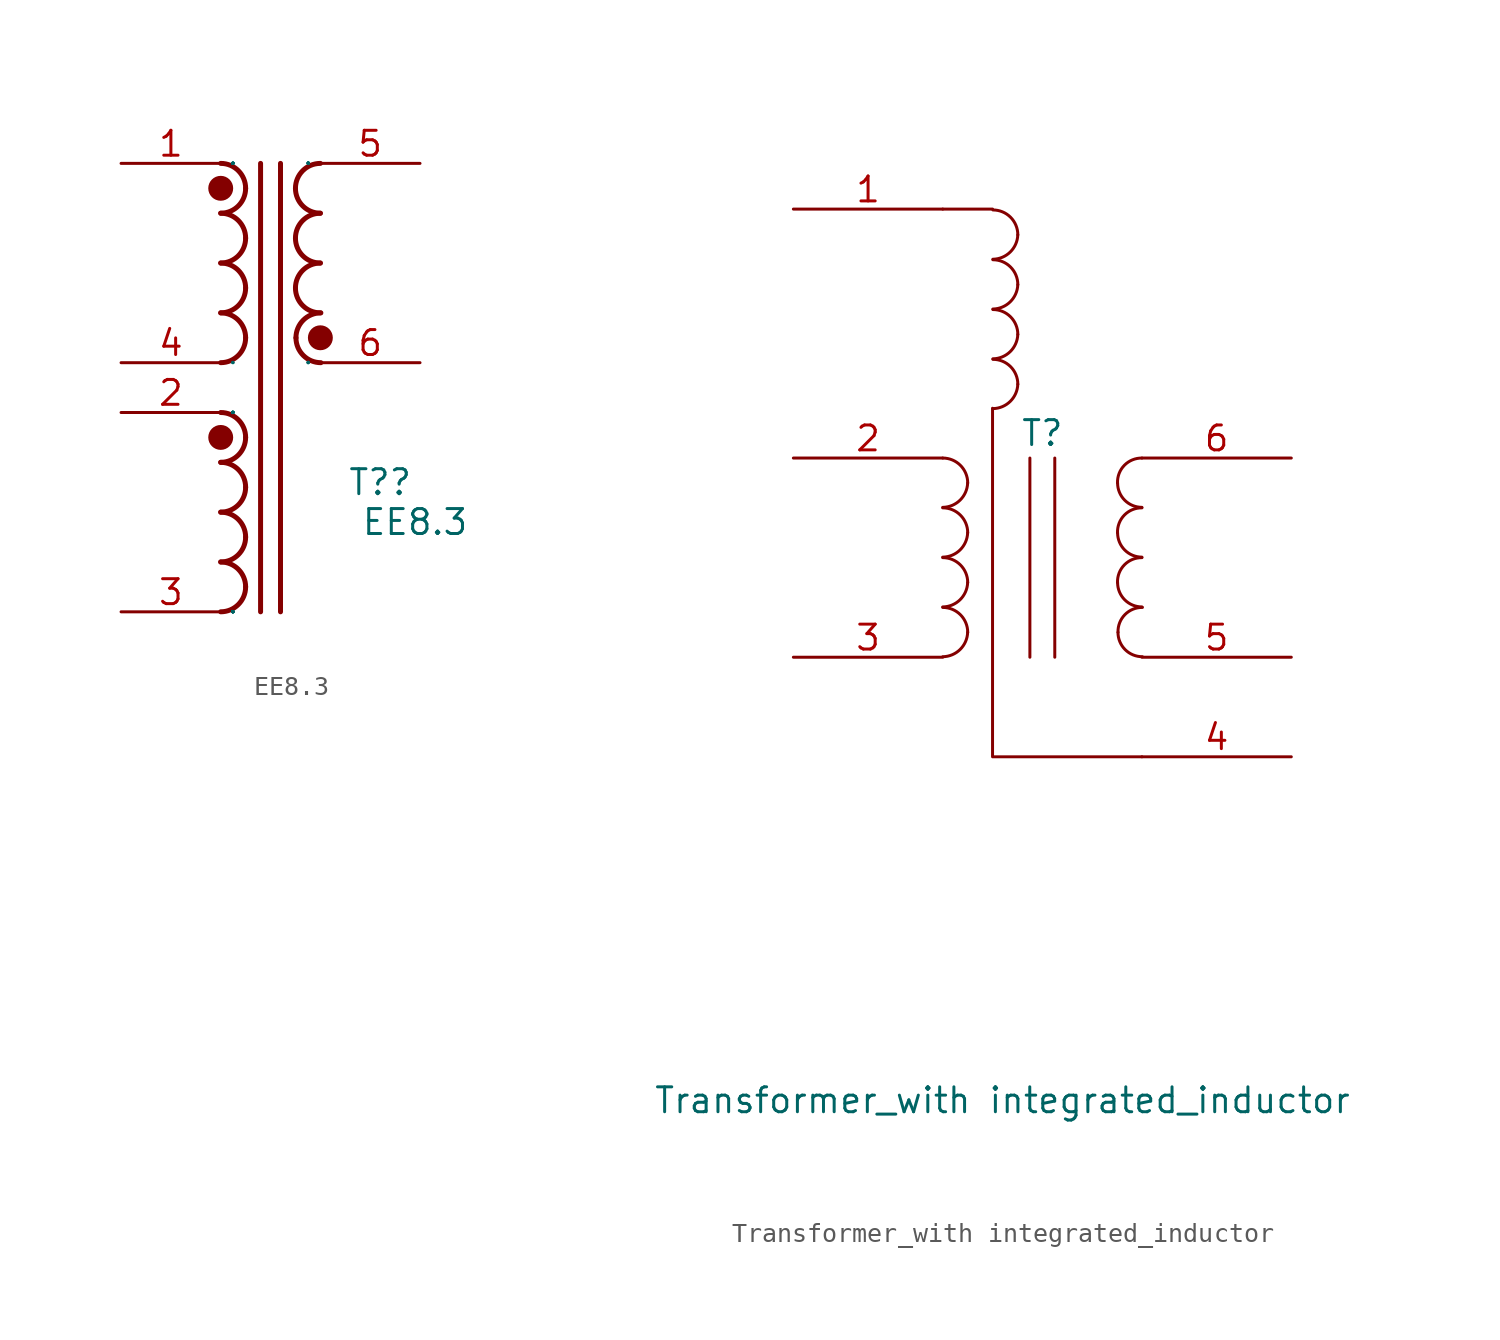
<source format=kicad_sym>
(kicad_symbol_lib
  (version 20241209)
  (generator "kicad_symbol_editor")
  (generator_version "9.0")
  (symbol "EE8.3"
    (property "Reference" "T?"
      (at 5.588 -3.556 0)
      (effects (font (size 1.27 1.27))))
    (property "Value" "EE8.3"
      (at 7.366 -5.588 0)
      (effects (font (size 1.27 1.27))))
    (symbol "EE8.3_0_0"
      (arc (start -1.27 11.43) (mid -1.642 10.532) (end -2.54 10.16) (stroke (width 0.254) (type solid)) (fill (type none)))
      (arc (start -2.54 12.7) (mid -1.642 12.328) (end -1.27 11.43) (stroke (width 0.254) (type solid)) (fill (type none)))
      (arc (start -1.27 8.89) (mid -1.642 7.992) (end -2.54 7.62) (stroke (width 0.254) (type solid)) (fill (type none)))
      (arc (start -2.54 10.16) (mid -1.642 9.788) (end -1.27 8.89) (stroke (width 0.254) (type solid)) (fill (type none)))
      (arc (start -1.27 6.35) (mid -1.642 5.452) (end -2.54 5.08) (stroke (width 0.254) (type solid)) (fill (type none)))
      (arc (start -2.54 7.62) (mid -1.642 7.248) (end -1.27 6.35) (stroke (width 0.254) (type solid)) (fill (type none)))
      (arc (start -1.27 3.81) (mid -1.642 2.912) (end -2.54 2.54) (stroke (width 0.254) (type solid)) (fill (type none)))
      (arc (start -2.54 5.08) (mid -1.642 4.708) (end -1.27 3.81) (stroke (width 0.254) (type solid)) (fill (type none)))
      (arc (start -1.27 -1.27) (mid -1.642 -2.168) (end -2.54 -2.54) (stroke (width 0.254) (type solid)) (fill (type none)))
      (arc (start -2.54 0) (mid -1.642 -0.372) (end -1.27 -1.27) (stroke (width 0.254) (type solid)) (fill (type none)))
      (arc (start -1.27 -3.81) (mid -1.642 -4.708) (end -2.54 -5.08) (stroke (width 0.254) (type solid)) (fill (type none)))
      (arc (start -2.54 -2.54) (mid -1.642 -2.912) (end -1.27 -3.81) (stroke (width 0.254) (type solid)) (fill (type none)))
      (arc (start -1.27 -6.35) (mid -1.642 -7.248) (end -2.54 -7.62) (stroke (width 0.254) (type solid)) (fill (type none)))
      (arc (start -2.54 -5.08) (mid -1.642 -5.452) (end -1.27 -6.35) (stroke (width 0.254) (type solid)) (fill (type none)))
      (arc (start -1.27 -8.89) (mid -1.642 -9.788) (end -2.54 -10.16) (stroke (width 0.254) (type solid)) (fill (type none)))
      (arc (start -2.54 -7.62) (mid -1.642 -7.992) (end -1.27 -8.89) (stroke (width 0.254) (type solid)) (fill (type none)))
      (circle (center -2.54 11.43) (radius 0.508) (stroke (width 0.254) (type solid)) (fill (type outline)))
      (circle (center -2.54 -1.27) (radius 0.508) (stroke (width 0.254) (type solid)) (fill (type outline)))
      (polyline (pts (xy -0.508 12.7) (xy -0.508 -10.16)) (stroke (width 0.254) (type solid)) (fill (type none)))
      (polyline (pts (xy 0.508 -10.16) (xy 0.508 12.7)) (stroke (width 0.254) (type solid)) (fill (type none)))
      (arc (start 1.27 11.43) (mid 1.642 12.328) (end 2.54 12.7) (stroke (width 0.254) (type solid)) (fill (type none)))
      (arc (start 2.54 10.16) (mid 1.642 10.532) (end 1.27 11.43) (stroke (width 0.254) (type solid)) (fill (type none)))
      (arc (start 1.27 8.89) (mid 1.642 9.788) (end 2.54 10.16) (stroke (width 0.254) (type solid)) (fill (type none)))
      (arc (start 2.54 7.62) (mid 1.642 7.992) (end 1.27 8.89) (stroke (width 0.254) (type solid)) (fill (type none)))
      (arc (start 1.27 6.35) (mid 1.642 7.248) (end 2.54 7.62) (stroke (width 0.254) (type solid)) (fill (type none)))
      (arc (start 2.54 5.08) (mid 1.642 5.452) (end 1.27 6.35) (stroke (width 0.254) (type solid)) (fill (type none)))
      (circle (center 2.54 3.81) (radius 0.508) (stroke (width 0.254) (type solid)) (fill (type outline)))
      (arc (start 1.2954 3.81) (mid 1.6674 4.7079) (end 2.5654 5.08) (stroke (width 0.254) (type solid)) (fill (type none)))
      (arc (start 2.5654 2.54) (mid 1.6674 2.912) (end 1.2954 3.81) (stroke (width 0.254) (type solid)) (fill (type none)))
      (pin unspecified line (at -7.62 2.54 0) (length 5.08) (name "4" (effects (font (size 0.025 0.025)))) (number "4" (effects (font (size 1.27 1.27))))))
    (symbol "EE8.3_1_0"
      (pin unspecified line (at -7.62 12.7 0) (length 5.08) (name "3" (effects (font (size 0.025 0.025)))) (number "1" (effects (font (size 1.27 1.27)))))
      (pin unspecified line (at -7.62 0 0) (length 5.08) (name "5" (effects (font (size 0.025 0.025)))) (number "2" (effects (font (size 1.27 1.27)))))
      (pin unspecified line (at -7.62 -10.16 0) (length 5.08) (name "6" (effects (font (size 0.025 0.025)))) (number "3" (effects (font (size 1.27 1.27)))))
      (pin unspecified line (at 7.62 12.7 180) (length 5.08) (name "2" (effects (font (size 0.025 0.025)))) (number "5" (effects (font (size 1.27 1.27)))))
      (pin unspecified line (at 7.62 2.54 180) (length 5.08) (name "1" (effects (font (size 0.025 0.025)))) (number "6" (effects (font (size 1.27 1.27)))))))
  (symbol "Transformer_with integrated_inductor"
    (pin_names
      (offset 1.016)
      (hide yes))
    (property "Reference" "T"
      (at 2.54 6.35 0)
      (effects (font (size 1.27 1.27))))
    (property "Value" "Transformer_with integrated_inductor"
      (at 0.508 -27.686 0)
      (effects (font (size 1.27 1.27))))
    (symbol "Transformer_with integrated_inductor_0_1"
      (arc (start -1.27 3.81) (mid -1.656 2.9336) (end -2.54 2.5654) (stroke (width 0) (type default)) (fill (type none)))
      (arc (start -1.27 1.27) (mid -1.656 0.3936) (end -2.54 0.0254) (stroke (width 0) (type default)) (fill (type none)))
      (arc (start -1.27 -1.27) (mid -1.656 -2.1464) (end -2.54 -2.5146) (stroke (width 0) (type default)) (fill (type none)))
      (arc (start -1.27 -3.81) (mid -1.656 -4.6864) (end -2.54 -5.0546) (stroke (width 0) (type default)) (fill (type none)))
      (arc (start -2.54 5.08) (mid -1.642 4.708) (end -1.27 3.81) (stroke (width 0) (type default)) (fill (type none)))
      (arc (start -2.54 2.54) (mid -1.642 2.168) (end -1.27 1.27) (stroke (width 0) (type default)) (fill (type none)))
      (arc (start -2.54 0) (mid -1.642 -0.372) (end -1.27 -1.27) (stroke (width 0) (type default)) (fill (type none)))
      (arc (start -2.54 -2.54) (mid -1.642 -2.912) (end -1.27 -3.81) (stroke (width 0) (type default)) (fill (type none)))
      (polyline (pts (xy -2.54 17.78) (xy 0 17.78)) (stroke (width 0) (type default)) (fill (type none)))
      (arc (start 1.2881 16.4659) (mid 0.9021 15.5895) (end 0.0181 15.2213) (stroke (width 0) (type default)) (fill (type none)))
      (arc (start 1.2881 13.9259) (mid 0.9021 13.0495) (end 0.0181 12.6813) (stroke (width 0) (type default)) (fill (type none)))
      (arc (start 1.2881 11.3859) (mid 0.9021 10.5095) (end 0.0181 10.1413) (stroke (width 0) (type default)) (fill (type none)))
      (arc (start 1.2881 8.8459) (mid 0.9021 7.9695) (end 0.0181 7.6013) (stroke (width 0) (type default)) (fill (type none)))
      (polyline (pts (xy 0 7.62) (xy 0 -10.16) (xy 7.62 -10.16)) (stroke (width 0) (type default)) (fill (type none)))
      (arc (start 0.0181 17.7359) (mid 0.9161 17.3639) (end 1.2881 16.4659) (stroke (width 0) (type default)) (fill (type none)))
      (arc (start 0.0181 15.1959) (mid 0.9161 14.8239) (end 1.2881 13.9259) (stroke (width 0) (type default)) (fill (type none)))
      (arc (start 0.0181 12.6559) (mid 0.9161 12.2839) (end 1.2881 11.3859) (stroke (width 0) (type default)) (fill (type none)))
      (arc (start 0.0181 10.1159) (mid 0.9161 9.7439) (end 1.2881 8.8459) (stroke (width 0) (type default)) (fill (type none)))
      (polyline (pts (xy 1.905 5.08) (xy 1.905 -5.08)) (stroke (width 0) (type default)) (fill (type none)))
      (polyline (pts (xy 3.175 -5.08) (xy 3.175 5.08)) (stroke (width 0) (type default)) (fill (type none)))
      (arc (start 6.3754 3.81) (mid 6.7257 4.7117) (end 7.62 5.08) (stroke (width 0) (type default)) (fill (type none)))
      (arc (start 6.3754 1.27) (mid 6.7257 2.1717) (end 7.62 2.54) (stroke (width 0) (type default)) (fill (type none)))
      (arc (start 6.3754 -1.27) (mid 6.7257 -0.3683) (end 7.62 0) (stroke (width 0) (type default)) (fill (type none)))
      (arc (start 7.62 2.5654) (mid 6.7399 2.9299) (end 6.3754 3.81) (stroke (width 0) (type default)) (fill (type none)))
      (arc (start 7.62 0.0254) (mid 6.7399 0.3899) (end 6.3754 1.27) (stroke (width 0) (type default)) (fill (type none)))
      (arc (start 7.62 -2.5146) (mid 6.7399 -2.1501) (end 6.3754 -1.27) (stroke (width 0) (type default)) (fill (type none)))
      (arc (start 6.4008 -3.81) (mid 6.7511 -2.9085) (end 7.6454 -2.54) (stroke (width 0) (type default)) (fill (type none)))
      (arc (start 7.6454 -5.0546) (mid 6.7651 -4.6902) (end 6.4008 -3.81) (stroke (width 0) (type default)) (fill (type none))))
    (symbol "Transformer_with integrated_inductor_1_1"
      (pin passive line (at -10.16 17.78 0) (length 7.62) (name "AA" (effects (font (size 1.27 1.27)))) (number "1" (effects (font (size 1.27 1.27)))))
      (pin passive line (at -10.16 5.08 0) (length 7.62) (name "AA" (effects (font (size 1.27 1.27)))) (number "2" (effects (font (size 1.27 1.27)))))
      (pin passive line (at -10.16 -5.08 0) (length 7.62) (name "AB" (effects (font (size 1.27 1.27)))) (number "3" (effects (font (size 1.27 1.27)))))
      (pin passive line (at 15.24 5.08 180) (length 7.62) (name "SB" (effects (font (size 1.27 1.27)))) (number "6" (effects (font (size 1.27 1.27)))))
      (pin passive line (at 15.24 -5.08 180) (length 7.62) (name "SA" (effects (font (size 1.27 1.27)))) (number "5" (effects (font (size 1.27 1.27)))))
      (pin passive line (at 15.24 -10.16 180) (length 7.62) (name "AA" (effects (font (size 1.27 1.27)))) (number "4" (effects (font (size 1.27 1.27))))))))
</source>
